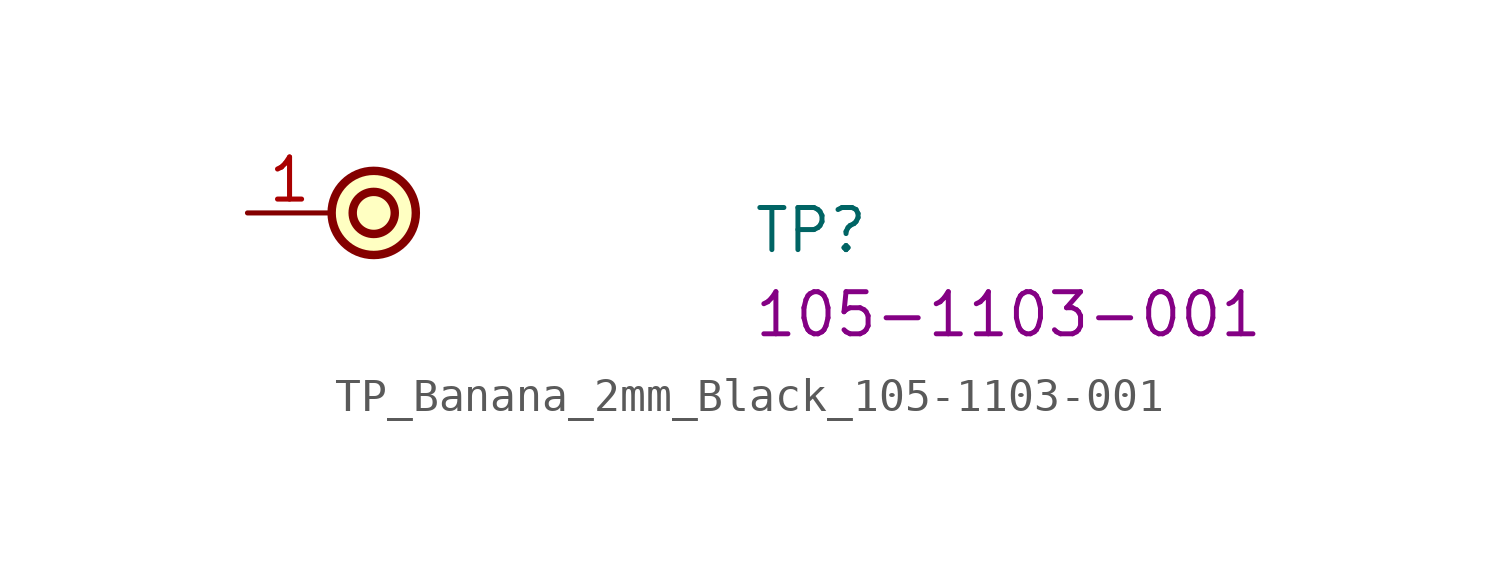
<source format=kicad_sym>
(kicad_symbol_lib
  (version 20220914)
  (generator kicad_symbol_editor)
  (symbol "TP_Banana_2mm_Black_105-1103-001"
    (property "Reference" "TP"
      (at 15.24 -1.27 0)
      (effects (font (size 1.27 1.27) (thickness 0.15)) (justify left bottom)))
    (property "MPN" "105-1103-001"
      (at 15.24 -3.81 0)
      (effects (font (size 1.27 1.27) (thickness 0.15)) (justify left bottom)))
    (symbol "TP_Banana_2mm_Black_105-1103-001_1_1"
      (circle (center 3.81 0) (radius 0.635) (stroke (width 0.254) (type default)) (fill (type background)))
      (circle (center 3.81 0) (radius 1.27) (stroke (width 0.254) (type default)) (fill (type background)))
      (pin passive line (at 0 0 0) (length 2.54) (name "~" (effects (font (size 1.27 1.27)))) (number "1" (effects (font (size 1.27 1.27))))))))
</source>
